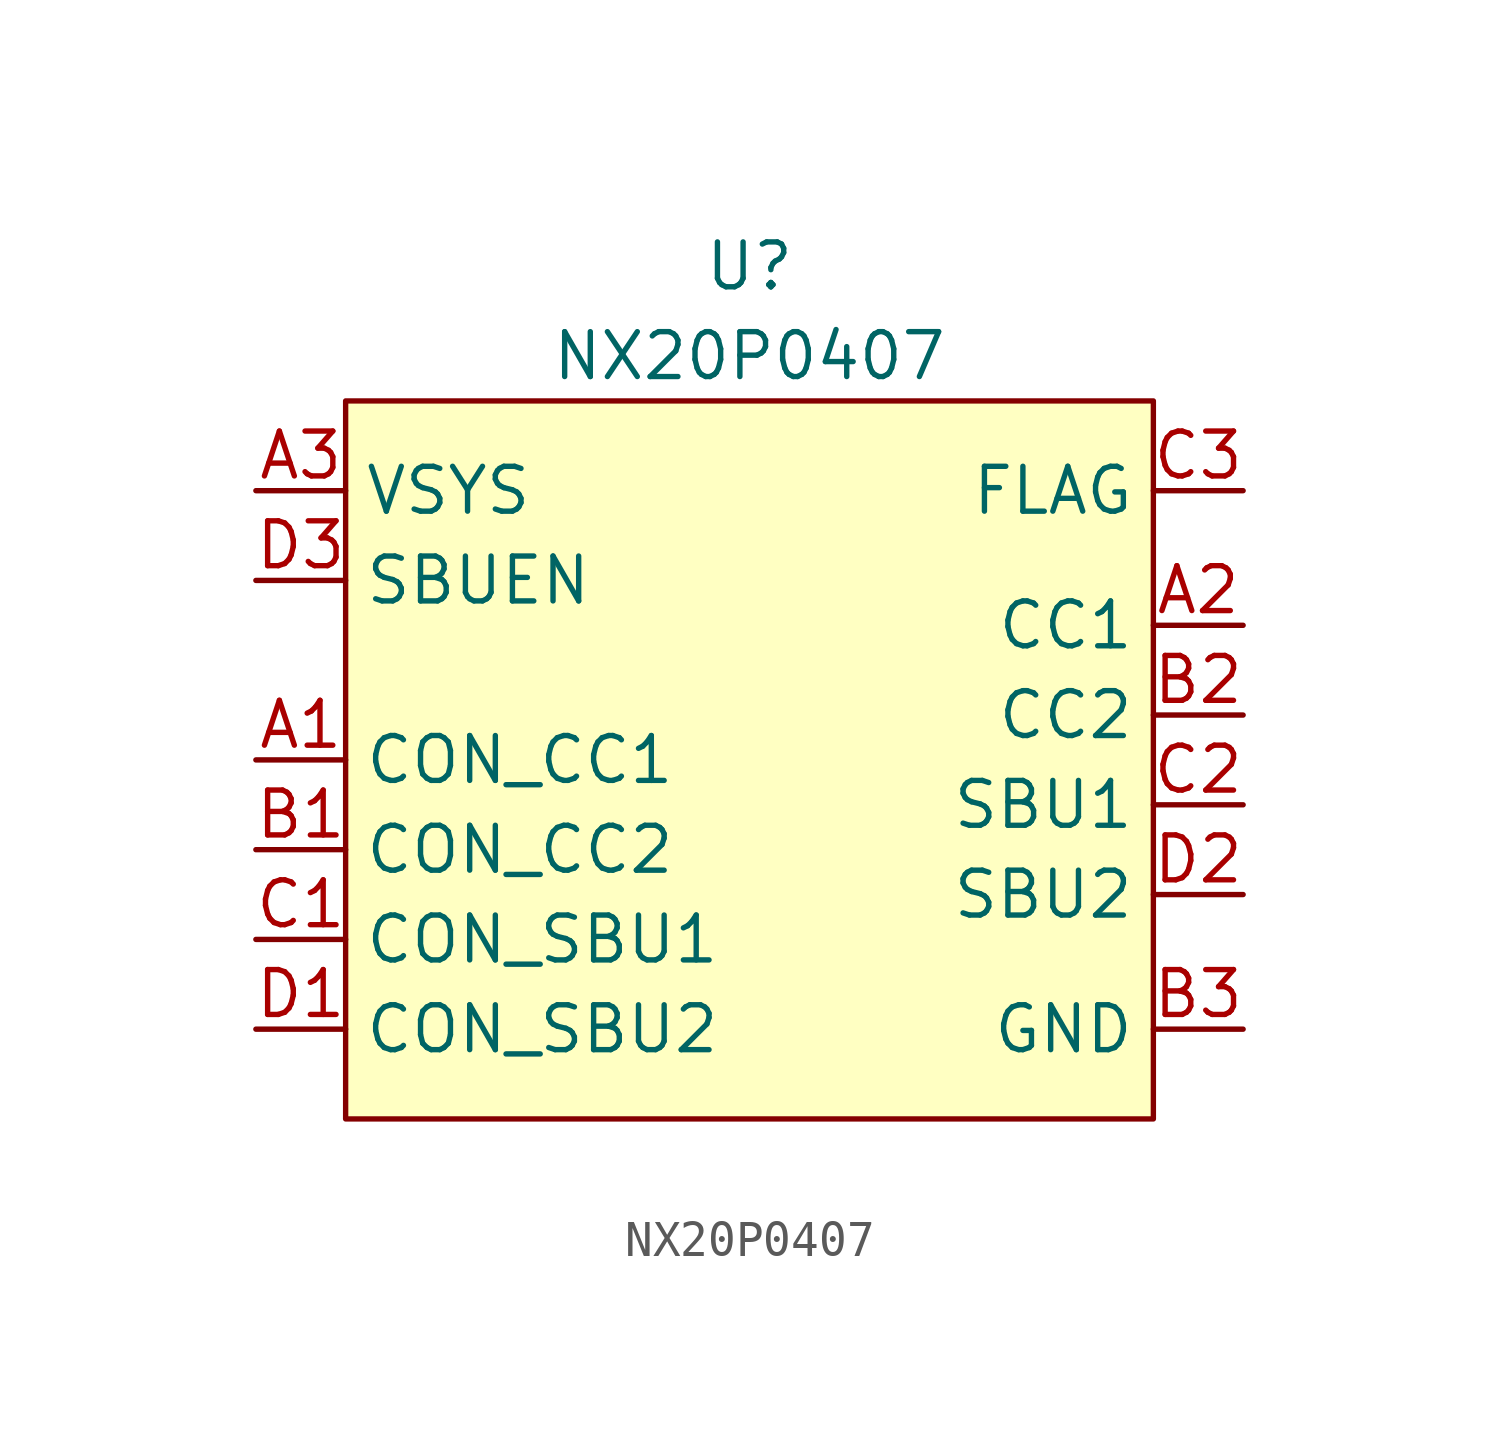
<source format=kicad_sym>
(kicad_symbol_lib
  (version 20211014)
  (generator kicad_symbol_editor)
  (symbol "NX20P0407"
    (property "Reference" "U"
      (at 0 15.24 0)
      (effects (font (size 1.27 1.27))))
    (property "Value" "NX20P0407"
      (at 0 12.7 0)
      (effects (font (size 1.27 1.27))))
    (symbol "NX20P0407_0_1"
      (rectangle (start -11.43 11.43) (end 11.43 -8.89) (stroke (width 0.152) (type default) (color 0 0 0 0)) (fill (type background))))
    (symbol "NX20P0407_1_1"
      (pin bidirectional line (at -13.97 1.27 0) (length 2.54) (name "CON_CC1" (effects (font (size 1.27 1.27)))) (number "A1" (effects (font (size 1.27 1.27)))))
      (pin bidirectional line (at 13.97 5.08 180) (length 2.54) (name "CC1" (effects (font (size 1.27 1.27)))) (number "A2" (effects (font (size 1.27 1.27)))))
      (pin power_in line (at -13.97 8.89 0) (length 2.54) (name "VSYS" (effects (font (size 1.27 1.27)))) (number "A3" (effects (font (size 1.27 1.27)))))
      (pin bidirectional line (at -13.97 -1.27 0) (length 2.54) (name "CON_CC2" (effects (font (size 1.27 1.27)))) (number "B1" (effects (font (size 1.27 1.27)))))
      (pin bidirectional line (at 13.97 2.54 180) (length 2.54) (name "CC2" (effects (font (size 1.27 1.27)))) (number "B2" (effects (font (size 1.27 1.27)))))
      (pin power_in line (at 13.97 -6.35 180) (length 2.54) (name "GND" (effects (font (size 1.27 1.27)))) (number "B3" (effects (font (size 1.27 1.27)))))
      (pin bidirectional line (at -13.97 -3.81 0) (length 2.54) (name "CON_SBU1" (effects (font (size 1.27 1.27)))) (number "C1" (effects (font (size 1.27 1.27)))))
      (pin bidirectional line (at 13.97 0 180) (length 2.54) (name "SBU1" (effects (font (size 1.27 1.27)))) (number "C2" (effects (font (size 1.27 1.27)))))
      (pin output line (at 13.97 8.89 180) (length 2.54) (name "FLAG" (effects (font (size 1.27 1.27)))) (number "C3" (effects (font (size 1.27 1.27)))))
      (pin bidirectional line (at -13.97 -6.35 0) (length 2.54) (name "CON_SBU2" (effects (font (size 1.27 1.27)))) (number "D1" (effects (font (size 1.27 1.27)))))
      (pin bidirectional line (at 13.97 -2.54 180) (length 2.54) (name "SBU2" (effects (font (size 1.27 1.27)))) (number "D2" (effects (font (size 1.27 1.27)))))
      (pin input line (at -13.97 6.35 0) (length 2.54) (name "SBUEN" (effects (font (size 1.27 1.27)))) (number "D3" (effects (font (size 1.27 1.27))))))))
</source>
